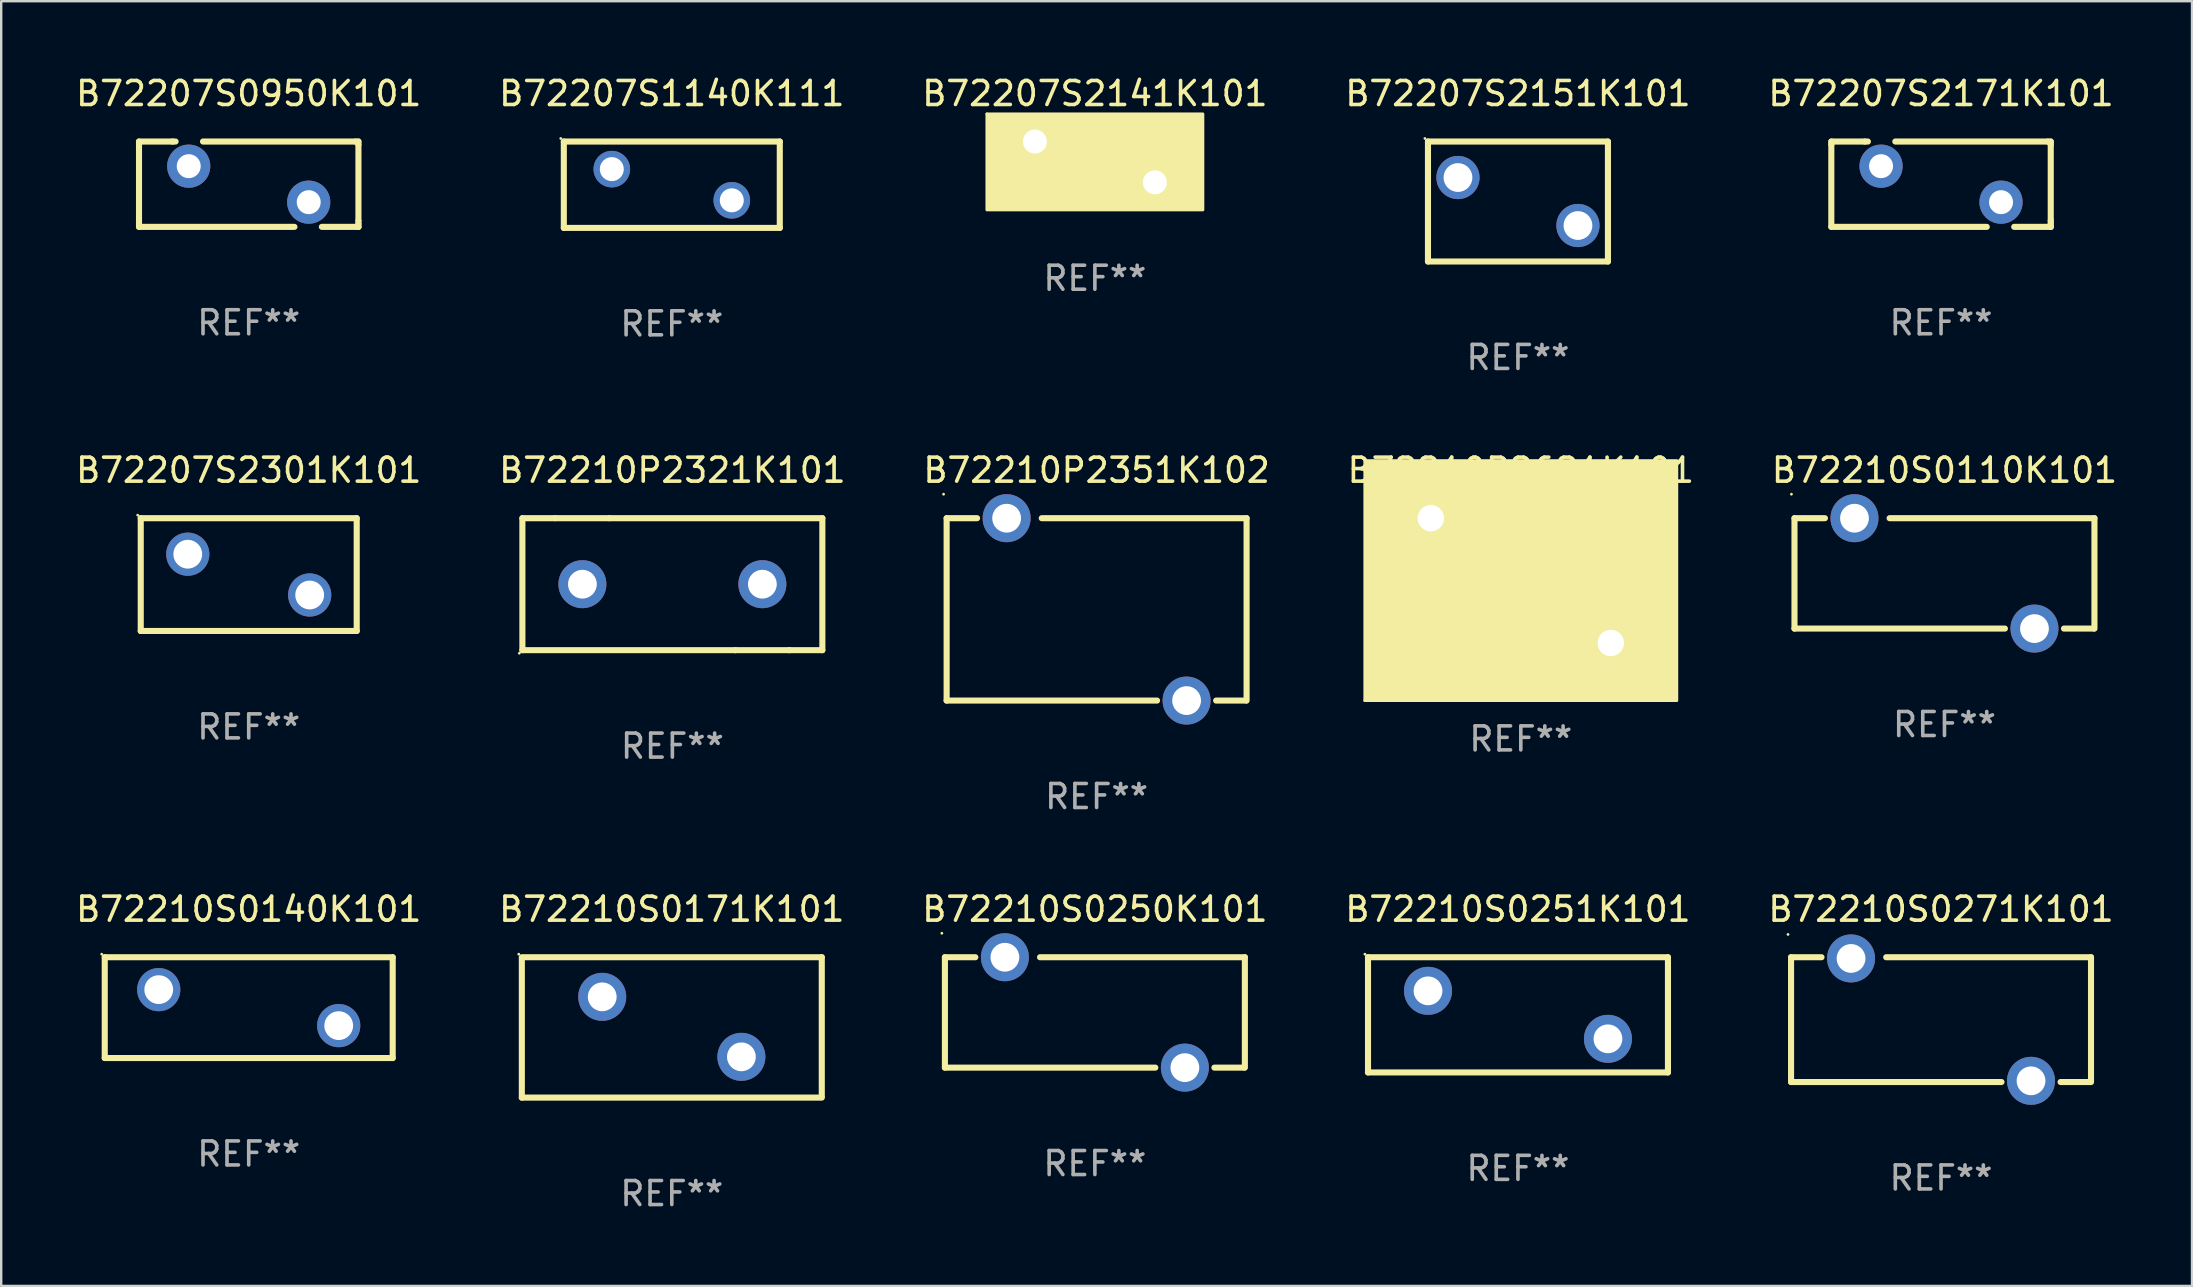
<source format=kicad_pcb>
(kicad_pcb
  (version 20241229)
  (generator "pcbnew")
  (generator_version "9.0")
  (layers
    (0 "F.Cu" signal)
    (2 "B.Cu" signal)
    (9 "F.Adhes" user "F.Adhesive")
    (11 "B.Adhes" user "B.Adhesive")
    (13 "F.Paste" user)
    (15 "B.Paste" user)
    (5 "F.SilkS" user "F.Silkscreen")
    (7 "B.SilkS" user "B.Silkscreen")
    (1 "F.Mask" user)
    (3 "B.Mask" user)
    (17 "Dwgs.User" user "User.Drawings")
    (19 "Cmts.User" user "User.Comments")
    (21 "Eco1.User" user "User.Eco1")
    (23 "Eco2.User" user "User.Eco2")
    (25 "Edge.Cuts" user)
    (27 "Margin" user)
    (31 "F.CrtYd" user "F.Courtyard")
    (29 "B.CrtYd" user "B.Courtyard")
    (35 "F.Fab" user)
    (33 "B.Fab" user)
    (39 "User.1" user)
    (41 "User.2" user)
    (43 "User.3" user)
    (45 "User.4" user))
  (footprint "B72210P2321K101"
    (layer "F.Cu")
    (at 24.97 21.295)
    (property "Reference" "B72210P2321K101" (at 0 -4.75 0) (layer "F.SilkS") (effects (font (size 1 1) (thickness 0.15))))
    (attr through_hole)
    (fp_line (start -6.25 -2.75) (end -4.875 -2.75) (stroke (width 0.254) (type solid)) (layer "F.SilkS"))
    (fp_line (start -6.25 2.75) (end -6.25 -2.75) (stroke (width 0.254) (type solid)) (layer "F.SilkS"))
    (fp_line (start -6.25 2.75) (end 2.625 2.75) (stroke (width 0.254) (type solid)) (layer "F.SilkS"))
    (fp_line (start -4.875 -2.75) (end -2.625 -2.75) (stroke (width 0.254) (type solid)) (layer "F.SilkS"))
    (fp_line (start -2.625 -2.75) (end 6.25 -2.75) (stroke (width 0.254) (type solid)) (layer "F.SilkS"))
    (fp_line (start 2.625 2.75) (end 4.875 2.75) (stroke (width 0.254) (type solid)) (layer "F.SilkS"))
    (fp_line (start 4.875 2.75) (end 6.25 2.75) (stroke (width 0.254) (type solid)) (layer "F.SilkS"))
    (fp_line (start 6.25 -2.75) (end 6.25 2.75) (stroke (width 0.254) (type solid)) (layer "F.SilkS"))
    (fp_circle (center -6.377 2.877) (end -6.347 2.877) (stroke (width 0.06) (type solid)) (fill no) (layer "F.SilkS"))
    (fp_text user "REF**" (at 0 6.75 0) (layer "F.Fab") (effects (font (size 1 1) (thickness 0.15))))
    (pad "1" thru_hole circle (at -3.75 0) (size 2 2) (drill 1.2) (layers "*.Cu" "*.Mask"))
    (pad "2" thru_hole circle (at 3.75 0) (size 2 2) (drill 1.2) (layers "*.Cu" "*.Mask")))
  (footprint "B72210P2351K102"
    (layer "F.Cu")
    (at 42.649 22.345)
    (property "Reference" "B72210P2351K102" (at 0 -5.8 0) (layer "F.SilkS") (effects (font (size 1 1) (thickness 0.15))))
    (attr through_hole)
    (fp_line (start -6.25 -3.8) (end -6.25 3.8) (stroke (width 0.254) (type solid)) (layer "F.SilkS"))
    (fp_line (start -6.25 -3.8) (end -4.981 -3.8) (stroke (width 0.254) (type solid)) (layer "F.SilkS"))
    (fp_line (start -6.25 3.8) (end 2.519 3.8) (stroke (width 0.254) (type solid)) (layer "F.SilkS"))
    (fp_line (start 4.981 3.8) (end 6.223 3.8) (stroke (width 0.254) (type solid)) (layer "F.SilkS"))
    (fp_line (start 6.25 -3.8) (end -2.286 -3.8) (stroke (width 0.254) (type solid)) (layer "F.SilkS"))
    (fp_line (start 6.25 -3.8) (end 6.25 3.8) (stroke (width 0.254) (type solid)) (layer "F.SilkS"))
    (fp_circle (center -6.377 -4.8) (end -6.347 -4.8) (stroke (width 0.06) (type solid)) (fill no) (layer "F.SilkS"))
    (fp_text user "REF**" (at 0 7.8 0) (layer "F.Fab") (effects (font (size 1 1) (thickness 0.15))))
    (pad "1" thru_hole circle (at -3.75 -3.8) (size 2 2) (drill 1.2) (layers "*.Cu" "*.Mask"))
    (pad "2" thru_hole circle (at 3.75 3.8) (size 2 2) (drill 1.2) (layers "*.Cu" "*.Mask")))
  (footprint "B72210S0140K101"
    (layer "F.Cu")
    (at 7.315 38.941)
    (property "Reference" "B72210S0140K101" (at 0 -4.1 0) (layer "F.SilkS") (effects (font (size 1 1) (thickness 0.15))))
    (attr through_hole)
    (fp_line (start -6 2.1) (end -6 -2.1) (stroke (width 0.254) (type solid)) (layer "F.SilkS"))
    (fp_line (start -6 -2.1) (end 6 -2.1) (stroke (width 0.254) (type solid)) (layer "F.SilkS"))
    (fp_line (start 6 -2.1) (end 6 2.1) (stroke (width 0.254) (type solid)) (layer "F.SilkS"))
    (fp_line (start 6 2.1) (end -6 2.1) (stroke (width 0.254) (type solid)) (layer "F.SilkS"))
    (fp_circle (center -6.127 -2.227) (end -6.097 -2.227) (stroke (width 0.06) (type solid)) (fill no) (layer "F.SilkS"))
    (fp_text user "REF**" (at 0 6.1 0) (layer "F.Fab") (effects (font (size 1 1) (thickness 0.15))))
    (pad "1" thru_hole circle (at -3.75 -0.75) (size 1.8 1.8) (drill 1.2) (layers "*.Cu" "*.Mask"))
    (pad "2" thru_hole circle (at 3.75 0.75) (size 1.8 1.8) (drill 1.2) (layers "*.Cu" "*.Mask")))
  (footprint "B72207S1140K111"
    (layer "F.Cu")
    (at 24.946 4.648)
    (property "Reference" "B72207S1140K111" (at 0 -3.8 0) (layer "F.SilkS") (effects (font (size 1 1) (thickness 0.15))))
    (attr through_hole)
    (fp_line (start -4.5 -1.8) (end 4.5 -1.8) (stroke (width 0.254) (type solid)) (layer "F.SilkS"))
    (fp_line (start -4.5 1.8) (end -4.5 -1.8) (stroke (width 0.254) (type solid)) (layer "F.SilkS"))
    (fp_line (start 4.5 -1.8) (end 4.5 1.8) (stroke (width 0.254) (type solid)) (layer "F.SilkS"))
    (fp_line (start 4.5 1.8) (end -4.5 1.8) (stroke (width 0.254) (type solid)) (layer "F.SilkS"))
    (fp_circle (center -4.627 -1.927) (end -4.597 -1.927) (stroke (width 0.06) (type solid)) (fill no) (layer "F.SilkS"))
    (fp_text user "REF**" (at 0 5.8 0) (layer "F.Fab") (effects (font (size 1 1) (thickness 0.15))))
    (pad "1" thru_hole circle (at -2.5 -0.65) (size 1.524 1.524) (drill 1) (layers "*.Cu" "*.Mask"))
    (pad "2" thru_hole circle (at 2.5 0.65) (size 1.524 1.524) (drill 1) (layers "*.Cu" "*.Mask")))
  (footprint "B72210S0250K101"
    (layer "F.Cu")
    (at 42.577 39.141)
    (property "Reference" "B72210S0250K101" (at 0 -4.3 0) (layer "F.SilkS") (effects (font (size 1 1) (thickness 0.15))))
    (attr through_hole)
    (fp_line (start -6.25 -2.3) (end -6.25 2.3) (stroke (width 0.254) (type solid)) (layer "F.SilkS"))
    (fp_line (start -6.25 -2.3) (end -4.981 -2.3) (stroke (width 0.254) (type solid)) (layer "F.SilkS"))
    (fp_line (start -6.25 2.3) (end 2.519 2.3) (stroke (width 0.254) (type solid)) (layer "F.SilkS"))
    (fp_line (start 4.981 2.3) (end 6.223 2.3) (stroke (width 0.254) (type solid)) (layer "F.SilkS"))
    (fp_line (start 6.25 -2.3) (end -2.286 -2.3) (stroke (width 0.254) (type solid)) (layer "F.SilkS"))
    (fp_line (start 6.25 -2.3) (end 6.25 2.3) (stroke (width 0.254) (type solid)) (layer "F.SilkS"))
    (fp_circle (center -6.377 -3.3) (end -6.347 -3.3) (stroke (width 0.06) (type solid)) (fill no) (layer "F.SilkS"))
    (fp_text user "REF**" (at 0 6.3 0) (layer "F.Fab") (effects (font (size 1 1) (thickness 0.15))))
    (pad "1" thru_hole circle (at -3.75 -2.3) (size 2 2) (drill 1.2) (layers "*.Cu" "*.Mask"))
    (pad "2" thru_hole circle (at 3.75 2.3) (size 2 2) (drill 1.2) (layers "*.Cu" "*.Mask")))
  (footprint "B72207S0950K101"
    (layer "F.Cu")
    (at 7.315 4.626)
    (property "Reference" "B72207S0950K101" (at 0 -3.778 0) (layer "F.SilkS") (effects (font (size 1 1) (thickness 0.15))))
    (attr through_hole)
    (fp_line (start -4.572 -1.778) (end -3.175 -1.778) (stroke (width 0.254) (type solid)) (layer "F.SilkS"))
    (fp_line (start -4.572 -1.651) (end -4.572 -1.778) (stroke (width 0.254) (type solid)) (layer "F.SilkS"))
    (fp_line (start -4.572 1.778) (end -4.572 -1.651) (stroke (width 0.254) (type solid)) (layer "F.SilkS"))
    (fp_line (start -4.572 1.778) (end 1.905 1.778) (stroke (width 0.254) (type solid)) (layer "F.SilkS"))
    (fp_line (start -3.175 -1.778) (end -3.048 -1.778) (stroke (width 0.254) (type solid)) (layer "F.SilkS"))
    (fp_line (start 4.445 -1.778) (end -1.905 -1.778) (stroke (width 0.254) (type solid)) (layer "F.SilkS"))
    (fp_line (start 4.445 -1.778) (end 4.572 -1.778) (stroke (width 0.254) (type solid)) (layer "F.SilkS"))
    (fp_line (start 4.572 -1.778) (end 4.572 -1.651) (stroke (width 0.254) (type solid)) (layer "F.SilkS"))
    (fp_line (start 4.572 -1.651) (end 4.572 1.524) (stroke (width 0.254) (type solid)) (layer "F.SilkS"))
    (fp_line (start 4.572 1.524) (end 4.572 1.651) (stroke (width 0.254) (type solid)) (layer "F.SilkS"))
    (fp_line (start 4.572 1.651) (end 4.572 1.778) (stroke (width 0.254) (type solid)) (layer "F.SilkS"))
    (fp_line (start 4.572 1.778) (end 3.048 1.778) (stroke (width 0.254) (type solid)) (layer "F.SilkS"))
    (fp_line (start 4.572 1.778) (end 4.572 1.777) (stroke (width 0.254) (type solid)) (layer "F.SilkS"))
    (fp_circle (center -4.5 -1.701) (end -4.47 -1.701) (stroke (width 0.06) (type solid)) (fill no) (layer "F.SilkS"))
    (fp_text user "REF**" (at 0 5.778 0) (layer "F.Fab") (effects (font (size 1 1) (thickness 0.15))))
    (pad "1" thru_hole circle (at -2.5 -0.751) (size 1.8 1.8) (drill 1) (layers "*.Cu" "*.Mask"))
    (pad "2" thru_hole circle (at 2.5 0.749) (size 1.8 1.8) (drill 1) (layers "*.Cu" "*.Mask")))
  (footprint "B72207S2151K101"
    (layer "F.Cu")
    (at 60.208 5.348)
    (property "Reference" "B72207S2151K101" (at 0 -4.5 0) (layer "F.SilkS") (effects (font (size 1 1) (thickness 0.15))))
    (attr through_hole)
    (fp_line (start -3.75 -2.5) (end 3.75 -2.5) (stroke (width 0.254) (type solid)) (layer "F.SilkS"))
    (fp_line (start -3.75 2.5) (end -3.75 -2.5) (stroke (width 0.254) (type solid)) (layer "F.SilkS"))
    (fp_line (start -3.75 2.5) (end 3.75 2.5) (stroke (width 0.254) (type solid)) (layer "F.SilkS"))
    (fp_line (start 3.75 -2.5) (end 3.75 2.5) (stroke (width 0.254) (type solid)) (layer "F.SilkS"))
    (fp_circle (center -3.877 -2.627) (end -3.847 -2.627) (stroke (width 0.06) (type solid)) (fill no) (layer "F.SilkS"))
    (fp_text user "REF**" (at 0 6.5 0) (layer "F.Fab") (effects (font (size 1 1) (thickness 0.15))))
    (pad "1" thru_hole circle (at -2.5 -1) (size 1.8 1.8) (drill 1.2) (layers "*.Cu" "*.Mask"))
    (pad "2" thru_hole circle (at 2.5 1) (size 1.8 1.8) (drill 1.2) (layers "*.Cu" "*.Mask")))
  (footprint "B72210S0110K101"
    (layer "F.Cu")
    (at 77.982 20.845)
    (property "Reference" "B72210S0110K101" (at 0 -4.3 0) (layer "F.SilkS") (effects (font (size 1 1) (thickness 0.15))))
    (attr through_hole)
    (fp_line (start -6.25 -2.3) (end -6.25 2.3) (stroke (width 0.254) (type solid)) (layer "F.SilkS"))
    (fp_line (start -6.25 -2.3) (end -4.981 -2.3) (stroke (width 0.254) (type solid)) (layer "F.SilkS"))
    (fp_line (start -6.25 2.3) (end 2.519 2.3) (stroke (width 0.254) (type solid)) (layer "F.SilkS"))
    (fp_line (start 4.981 2.3) (end 6.223 2.3) (stroke (width 0.254) (type solid)) (layer "F.SilkS"))
    (fp_line (start 6.25 -2.3) (end -2.286 -2.3) (stroke (width 0.254) (type solid)) (layer "F.SilkS"))
    (fp_line (start 6.25 -2.3) (end 6.25 2.3) (stroke (width 0.254) (type solid)) (layer "F.SilkS"))
    (fp_circle (center -6.377 -3.3) (end -6.347 -3.3) (stroke (width 0.06) (type solid)) (fill no) (layer "F.SilkS"))
    (fp_text user "REF**" (at 0 6.3 0) (layer "F.Fab") (effects (font (size 1 1) (thickness 0.15))))
    (pad "1" thru_hole circle (at -3.75 -2.3) (size 2 2) (drill 1.2) (layers "*.Cu" "*.Mask"))
    (pad "2" thru_hole circle (at 3.75 2.3) (size 2 2) (drill 1.2) (layers "*.Cu" "*.Mask")))
  (footprint "B72207S2171K101"
    (layer "F.Cu")
    (at 77.839 4.626)
    (property "Reference" "B72207S2171K101" (at 0 -3.778 0) (layer "F.SilkS") (effects (font (size 1 1) (thickness 0.15))))
    (attr through_hole)
    (fp_line (start -4.572 -1.778) (end -3.175 -1.778) (stroke (width 0.254) (type solid)) (layer "F.SilkS"))
    (fp_line (start -4.572 -1.651) (end -4.572 -1.778) (stroke (width 0.254) (type solid)) (layer "F.SilkS"))
    (fp_line (start -4.572 1.778) (end -4.572 -1.651) (stroke (width 0.254) (type solid)) (layer "F.SilkS"))
    (fp_line (start -4.572 1.778) (end 1.905 1.778) (stroke (width 0.254) (type solid)) (layer "F.SilkS"))
    (fp_line (start -3.175 -1.778) (end -3.048 -1.778) (stroke (width 0.254) (type solid)) (layer "F.SilkS"))
    (fp_line (start 4.445 -1.778) (end -1.905 -1.778) (stroke (width 0.254) (type solid)) (layer "F.SilkS"))
    (fp_line (start 4.445 -1.778) (end 4.572 -1.778) (stroke (width 0.254) (type solid)) (layer "F.SilkS"))
    (fp_line (start 4.572 -1.778) (end 4.572 -1.651) (stroke (width 0.254) (type solid)) (layer "F.SilkS"))
    (fp_line (start 4.572 -1.651) (end 4.572 1.524) (stroke (width 0.254) (type solid)) (layer "F.SilkS"))
    (fp_line (start 4.572 1.524) (end 4.572 1.651) (stroke (width 0.254) (type solid)) (layer "F.SilkS"))
    (fp_line (start 4.572 1.651) (end 4.572 1.778) (stroke (width 0.254) (type solid)) (layer "F.SilkS"))
    (fp_line (start 4.572 1.778) (end 3.048 1.778) (stroke (width 0.254) (type solid)) (layer "F.SilkS"))
    (fp_line (start 4.572 1.778) (end 4.572 1.777) (stroke (width 0.254) (type solid)) (layer "F.SilkS"))
    (fp_circle (center -4.5 -1.701) (end -4.47 -1.701) (stroke (width 0.06) (type solid)) (fill no) (layer "F.SilkS"))
    (fp_text user "REF**" (at 0 5.778 0) (layer "F.Fab") (effects (font (size 1 1) (thickness 0.15))))
    (pad "1" thru_hole circle (at -2.5 -0.751) (size 1.8 1.8) (drill 1) (layers "*.Cu" "*.Mask"))
    (pad "2" thru_hole circle (at 2.5 0.749) (size 1.8 1.8) (drill 1) (layers "*.Cu" "*.Mask")))
  (footprint "B72210S0251K101"
    (layer "F.Cu")
    (at 60.208 39.241)
    (property "Reference" "B72210S0251K101" (at 0 -4.4 0) (layer "F.SilkS") (effects (font (size 1 1) (thickness 0.15))))
    (attr through_hole)
    (fp_line (start -6.249 2.4) (end -6.249 -2.4) (stroke (width 0.254) (type solid)) (layer "F.SilkS"))
    (fp_line (start -6.249 -2.4) (end 6.251 -2.4) (stroke (width 0.254) (type solid)) (layer "F.SilkS"))
    (fp_line (start 6.251 -2.4) (end 6.251 2.4) (stroke (width 0.254) (type solid)) (layer "F.SilkS"))
    (fp_line (start 6.251 2.4) (end -6.251 2.4) (stroke (width 0.254) (type solid)) (layer "F.SilkS"))
    (fp_circle (center -6.378 -2.527) (end -6.348 -2.527) (stroke (width 0.06) (type solid)) (fill no) (layer "F.SilkS"))
    (fp_text user "REF**" (at 0 6.4 0) (layer "F.Fab") (effects (font (size 1 1) (thickness 0.15))))
    (pad "1" thru_hole circle (at -3.748 -1) (size 2 2) (drill 1.2) (layers "*.Cu" "*.Mask"))
    (pad "2" thru_hole circle (at 3.75 1) (size 2 2) (drill 1.2) (layers "*.Cu" "*.Mask")))
  (footprint "B72210S0271K101"
    (layer "F.Cu")
    (at 77.839 39.441)
    (property "Reference" "B72210S0271K101" (at 0 -4.6 0) (layer "F.SilkS") (effects (font (size 1 1) (thickness 0.15))))
    (attr through_hole)
    (fp_line (start -6.25 -2.6) (end -6.25 2.6) (stroke (width 0.254) (type solid)) (layer "F.SilkS"))
    (fp_line (start -6.25 -2.6) (end -4.981 -2.6) (stroke (width 0.254) (type solid)) (layer "F.SilkS"))
    (fp_line (start -6.25 2.6) (end 2.519 2.6) (stroke (width 0.254) (type solid)) (layer "F.SilkS"))
    (fp_line (start 4.981 2.6) (end 6.223 2.6) (stroke (width 0.254) (type solid)) (layer "F.SilkS"))
    (fp_line (start 6.25 -2.6) (end -2.286 -2.6) (stroke (width 0.254) (type solid)) (layer "F.SilkS"))
    (fp_line (start 6.25 -2.6) (end 6.25 2.6) (stroke (width 0.254) (type solid)) (layer "F.SilkS"))
    (fp_circle (center -6.377 -3.55) (end -6.347 -3.55) (stroke (width 0.06) (type solid)) (fill no) (layer "F.SilkS"))
    (fp_text user "REF**" (at 0 6.6 0) (layer "F.Fab") (effects (font (size 1 1) (thickness 0.15))))
    (pad "1" thru_hole circle (at -3.75 -2.55) (size 2 2) (drill 1.2) (layers "*.Cu" "*.Mask"))
    (pad "2" thru_hole circle (at 3.75 2.55) (size 2 2) (drill 1.2) (layers "*.Cu" "*.Mask")))
  (footprint "B72210S0171K101"
    (layer "F.Cu")
    (at 24.946 39.766)
    (property "Reference" "B72210S0171K101" (at 0 -4.925 0) (layer "F.SilkS") (effects (font (size 1 1) (thickness 0.15))))
    (attr through_hole)
    (fp_line (start -6.25 -2.925) (end 6.25 -2.925) (stroke (width 0.254) (type solid)) (layer "F.SilkS"))
    (fp_line (start -6.25 2.925) (end -6.25 -2.875) (stroke (width 0.254) (type solid)) (layer "F.SilkS"))
    (fp_line (start 6.25 -2.925) (end 6.25 2.875) (stroke (width 0.254) (type solid)) (layer "F.SilkS"))
    (fp_line (start 6.25 2.925) (end -6.25 2.925) (stroke (width 0.254) (type solid)) (layer "F.SilkS"))
    (fp_circle (center -6.377 -3.052) (end -6.347 -3.052) (stroke (width 0.06) (type solid)) (fill no) (layer "F.SilkS"))
    (fp_text user "REF**" (at 0 6.925 0) (layer "F.Fab") (effects (font (size 1 1) (thickness 0.15))))
    (pad "1" thru_hole circle (at -2.9 -1.275) (size 2 2) (drill 1.2) (layers "*.Cu" "*.Mask"))
    (pad "2" thru_hole circle (at 2.9 1.225) (size 2 2) (drill 1.2) (layers "*.Cu" "*.Mask")))
  (footprint "B72207S2301K101"
    (layer "F.Cu")
    (at 7.315 20.895)
    (property "Reference" "B72207S2301K101" (at 0 -4.35 0) (layer "F.SilkS") (effects (font (size 1 1) (thickness 0.15))))
    (attr through_hole)
    (fp_line (start -4.5 -2.35) (end 4.5 -2.35) (stroke (width 0.254) (type solid)) (layer "F.SilkS"))
    (fp_line (start -4.5 2.35) (end -4.5 -2.35) (stroke (width 0.254) (type solid)) (layer "F.SilkS"))
    (fp_line (start 4.5 -2.35) (end 4.5 2.35) (stroke (width 0.254) (type solid)) (layer "F.SilkS"))
    (fp_line (start 4.5 2.35) (end -4.5 2.35) (stroke (width 0.254) (type solid)) (layer "F.SilkS"))
    (fp_circle (center -4.627 -2.477) (end -4.597 -2.477) (stroke (width 0.06) (type solid)) (fill no) (layer "F.SilkS"))
    (fp_text user "REF**" (at 0 6.35 0) (layer "F.Fab") (effects (font (size 1 1) (thickness 0.15))))
    (pad "1" thru_hole circle (at -2.54 -0.85) (size 1.8 1.8) (drill 1.2) (layers "*.Cu" "*.Mask"))
    (pad "2" thru_hole circle (at 2.54 0.85) (size 1.8 1.8) (drill 1.2) (layers "*.Cu" "*.Mask")))
  (footprint "B72207S2141K101"
    (layer "F.Cu")
    (at 42.577 3.698)
    (property "Reference" "B72207S2141K101" (at 0 -2.85 0) (layer "F.SilkS") (effects (font (size 1 1) (thickness 0.15))))
    (attr through_hole)
    (fp_circle (center -4.5 -2) (end -4.47 -2) (stroke (width 0.06) (type solid)) (fill no) (layer "F.SilkS"))
    (fp_poly (pts (xy -4.5 -2) (xy 4.5 -2) (xy 4.5 2) (xy -4.5 2)) (stroke (width 0.12) (type solid)) (fill yes) (layer "F.SilkS"))
    (fp_text user "REF**" (at 0 4.85 0) (layer "F.Fab") (effects (font (size 1 1) (thickness 0.15))))
    (pad "1" thru_hole circle (at -2.5 -0.85) (size 1.8 1.8) (drill 1) (layers "*.Cu" "*.Mask"))
    (pad "2" thru_hole circle (at 2.5 0.85) (size 1.8 1.8) (drill 1) (layers "*.Cu" "*.Mask")))
  (footprint "B72210P2621K101"
    (layer "F.Cu")
    (at 60.327 21.145)
    (property "Reference" "B72210P2621K101" (at 0 -4.6 0) (layer "F.SilkS") (effects (font (size 1 1) (thickness 0.15))))
    (attr through_hole)
    (fp_circle (center -6.5 5) (end -6.47 5) (stroke (width 0.06) (type solid)) (fill no) (layer "F.SilkS"))
    (fp_poly (pts (xy -6.5 -5) (xy 6.5 -5) (xy 6.5 5) (xy -6.5 5)) (stroke (width 0.12) (type solid)) (fill yes) (layer "F.SilkS"))
    (fp_text user "REF**" (at 0 6.6 0) (layer "F.Fab") (effects (font (size 1 1) (thickness 0.15))))
    (pad "1" thru_hole circle (at -3.75 -2.6) (size 1.6 1.6) (drill 1.1) (layers "*.Cu" "*.Mask"))
    (pad "2" thru_hole circle (at 3.75 2.6) (size 1.6 1.6) (drill 1.1) (layers "*.Cu" "*.Mask")))
  (gr_rect
    (start -3 -3)
    (end 88.298 50.54)
    (stroke (width 0.1) (type default))
    (fill no)
    (layer "Edge.Cuts")))
</source>
